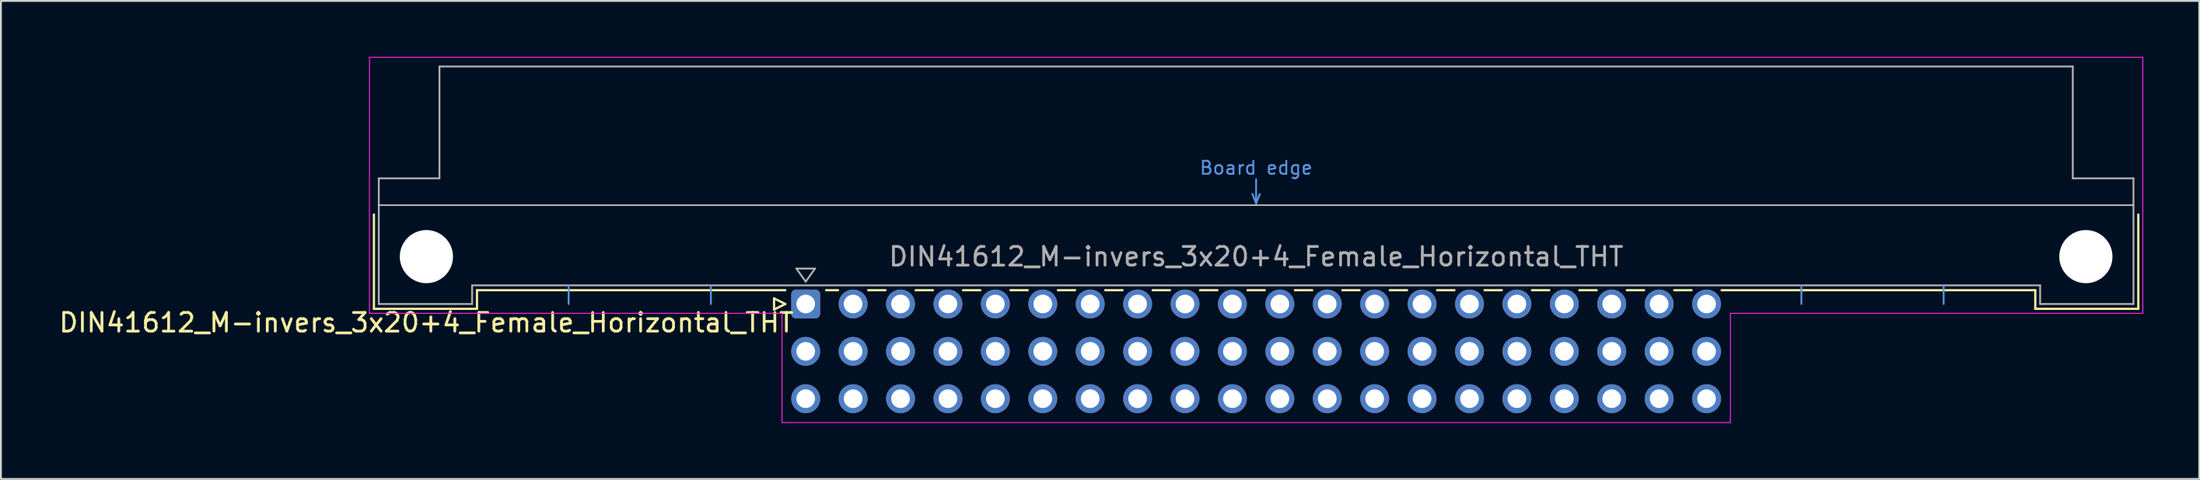
<source format=kicad_pcb>
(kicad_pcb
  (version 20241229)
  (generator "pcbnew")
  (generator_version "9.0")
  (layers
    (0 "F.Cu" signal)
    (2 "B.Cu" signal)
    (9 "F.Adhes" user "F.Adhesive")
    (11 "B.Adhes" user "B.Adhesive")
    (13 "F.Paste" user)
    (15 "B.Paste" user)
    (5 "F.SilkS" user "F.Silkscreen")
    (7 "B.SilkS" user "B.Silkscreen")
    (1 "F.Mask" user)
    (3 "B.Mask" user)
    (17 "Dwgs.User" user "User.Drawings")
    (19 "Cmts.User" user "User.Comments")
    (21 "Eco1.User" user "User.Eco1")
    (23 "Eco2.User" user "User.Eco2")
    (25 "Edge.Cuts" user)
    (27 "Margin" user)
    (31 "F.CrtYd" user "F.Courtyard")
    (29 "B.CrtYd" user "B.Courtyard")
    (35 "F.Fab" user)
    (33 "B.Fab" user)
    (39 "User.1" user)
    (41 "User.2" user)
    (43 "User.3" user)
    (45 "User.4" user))
  (footprint "DIN41612_M-invers_3x20+4_Female_Horizontal_THT"
    (layer "F.Cu")
    (at 24.872 13.255)
    (property "Reference" "DIN41612_M-invers_3x20+4_Female_Horizontal_THT" (at -5.08 1 0) (layer "F.SilkS") (effects (font (size 1 1) (thickness 0.15))))
    (attr through_hole)
    (fp_line (start -7.89 -4.8) (end -7.89 0.26) (stroke (width 0.12) (type solid)) (layer "F.SilkS"))
    (fp_line (start -7.89 0.26) (end -2.37 0.26) (stroke (width 0.12) (type solid)) (layer "F.SilkS"))
    (fp_line (start -2.37 -0.74) (end 14.145 -0.74) (stroke (width 0.12) (type solid)) (layer "F.SilkS"))
    (fp_line (start -2.37 0.26) (end -2.37 -0.74) (stroke (width 0.12) (type solid)) (layer "F.SilkS"))
    (fp_line (start 13.545 -0.3) (end 13.545 0.3) (stroke (width 0.12) (type solid)) (layer "F.SilkS"))
    (fp_line (start 13.545 0.3) (end 14.145 0) (stroke (width 0.12) (type solid)) (layer "F.SilkS"))
    (fp_line (start 14.145 0) (end 13.545 -0.3) (stroke (width 0.12) (type solid)) (layer "F.SilkS"))
    (fp_line (start 16.335 -0.74) (end 16.973 -0.74) (stroke (width 0.12) (type solid)) (layer "F.SilkS"))
    (fp_line (start 18.587 -0.74) (end 19.513 -0.74) (stroke (width 0.12) (type solid)) (layer "F.SilkS"))
    (fp_line (start 21.127 -0.74) (end 22.053 -0.74) (stroke (width 0.12) (type solid)) (layer "F.SilkS"))
    (fp_line (start 23.667 -0.74) (end 24.593 -0.74) (stroke (width 0.12) (type solid)) (layer "F.SilkS"))
    (fp_line (start 26.207 -0.74) (end 27.133 -0.74) (stroke (width 0.12) (type solid)) (layer "F.SilkS"))
    (fp_line (start 28.747 -0.74) (end 29.673 -0.74) (stroke (width 0.12) (type solid)) (layer "F.SilkS"))
    (fp_line (start 31.287 -0.74) (end 32.213 -0.74) (stroke (width 0.12) (type solid)) (layer "F.SilkS"))
    (fp_line (start 33.827 -0.74) (end 34.753 -0.74) (stroke (width 0.12) (type solid)) (layer "F.SilkS"))
    (fp_line (start 36.367 -0.74) (end 37.293 -0.74) (stroke (width 0.12) (type solid)) (layer "F.SilkS"))
    (fp_line (start 38.907 -0.74) (end 39.833 -0.74) (stroke (width 0.12) (type solid)) (layer "F.SilkS"))
    (fp_line (start 41.447 -0.74) (end 42.373 -0.74) (stroke (width 0.12) (type solid)) (layer "F.SilkS"))
    (fp_line (start 43.987 -0.74) (end 44.913 -0.74) (stroke (width 0.12) (type solid)) (layer "F.SilkS"))
    (fp_line (start 46.527 -0.74) (end 47.453 -0.74) (stroke (width 0.12) (type solid)) (layer "F.SilkS"))
    (fp_line (start 49.067 -0.74) (end 49.993 -0.74) (stroke (width 0.12) (type solid)) (layer "F.SilkS"))
    (fp_line (start 51.607 -0.74) (end 52.533 -0.74) (stroke (width 0.12) (type solid)) (layer "F.SilkS"))
    (fp_line (start 54.147 -0.74) (end 55.073 -0.74) (stroke (width 0.12) (type solid)) (layer "F.SilkS"))
    (fp_line (start 56.687 -0.74) (end 57.613 -0.74) (stroke (width 0.12) (type solid)) (layer "F.SilkS"))
    (fp_line (start 59.227 -0.74) (end 60.153 -0.74) (stroke (width 0.12) (type solid)) (layer "F.SilkS"))
    (fp_line (start 61.767 -0.74) (end 62.693 -0.74) (stroke (width 0.12) (type solid)) (layer "F.SilkS"))
    (fp_line (start 64.307 -0.74) (end 81.11 -0.74) (stroke (width 0.12) (type solid)) (layer "F.SilkS"))
    (fp_line (start 81.11 0.26) (end 81.11 -0.74) (stroke (width 0.12) (type solid)) (layer "F.SilkS"))
    (fp_line (start 86.63 -4.8) (end 86.63 0.26) (stroke (width 0.12) (type solid)) (layer "F.SilkS"))
    (fp_line (start 86.63 0.26) (end 81.11 0.26) (stroke (width 0.12) (type solid)) (layer "F.SilkS"))
    (fp_line (start -7.63 -5.3) (end 86.37 -5.3) (stroke (width 0.08) (type solid)) (layer "Dwgs.User"))
    (fp_line (start 2.54 0) (end 2.54 -1) (stroke (width 0.1) (type solid)) (layer "Cmts.User"))
    (fp_line (start 10.16 0) (end 10.16 -1) (stroke (width 0.1) (type solid)) (layer "Cmts.User"))
    (fp_line (start 39.17 -5.9) (end 39.37 -5.4) (stroke (width 0.1) (type solid)) (layer "Cmts.User"))
    (fp_line (start 39.37 -5.4) (end 39.37 -6.7) (stroke (width 0.1) (type solid)) (layer "Cmts.User"))
    (fp_line (start 39.37 -5.4) (end 39.57 -5.9) (stroke (width 0.1) (type solid)) (layer "Cmts.User"))
    (fp_line (start 68.58 0) (end 68.58 -1) (stroke (width 0.1) (type solid)) (layer "Cmts.User"))
    (fp_line (start 76.2 0) (end 76.2 -1) (stroke (width 0.1) (type solid)) (layer "Cmts.User"))
    (fp_line (start -8.13 -13.23) (end -8.13 0.5) (stroke (width 0.05) (type solid)) (layer "F.CrtYd"))
    (fp_line (start -8.13 0.5) (end 13.97 0.5) (stroke (width 0.05) (type solid)) (layer "F.CrtYd"))
    (fp_line (start 13.97 0.5) (end 13.97 6.36) (stroke (width 0.05) (type solid)) (layer "F.CrtYd"))
    (fp_line (start 13.97 6.36) (end 64.78 6.36) (stroke (width 0.05) (type solid)) (layer "F.CrtYd"))
    (fp_line (start 64.78 0.5) (end 86.87 0.5) (stroke (width 0.05) (type solid)) (layer "F.CrtYd"))
    (fp_line (start 64.78 6.36) (end 64.78 0.5) (stroke (width 0.05) (type solid)) (layer "F.CrtYd"))
    (fp_line (start 86.87 -13.23) (end -8.13 -13.23) (stroke (width 0.05) (type solid)) (layer "F.CrtYd"))
    (fp_line (start 86.87 0.5) (end 86.87 -13.23) (stroke (width 0.05) (type solid)) (layer "F.CrtYd"))
    (fp_line (start -7.63 -6.74) (end -7.63 0) (stroke (width 0.1) (type solid)) (layer "F.Fab"))
    (fp_line (start -7.63 0) (end -2.63 0) (stroke (width 0.1) (type solid)) (layer "F.Fab"))
    (fp_line (start -4.38 -12.74) (end -4.38 -6.74) (stroke (width 0.1) (type solid)) (layer "F.Fab"))
    (fp_line (start -4.38 -6.74) (end -7.63 -6.74) (stroke (width 0.1) (type solid)) (layer "F.Fab"))
    (fp_line (start -2.63 -1) (end 81.37 -1) (stroke (width 0.1) (type solid)) (layer "F.Fab"))
    (fp_line (start -2.63 0) (end -2.63 -1) (stroke (width 0.1) (type solid)) (layer "F.Fab"))
    (fp_line (start 14.74 -1.9) (end 15.74 -1.9) (stroke (width 0.1) (type solid)) (layer "F.Fab"))
    (fp_line (start 15.24 -1.2) (end 14.74 -1.9) (stroke (width 0.1) (type solid)) (layer "F.Fab"))
    (fp_line (start 15.74 -1.9) (end 15.24 -1.2) (stroke (width 0.1) (type solid)) (layer "F.Fab"))
    (fp_line (start 81.37 -1) (end 81.37 0) (stroke (width 0.1) (type solid)) (layer "F.Fab"))
    (fp_line (start 81.37 0) (end 86.37 0) (stroke (width 0.1) (type solid)) (layer "F.Fab"))
    (fp_line (start 83.12 -12.74) (end -4.38 -12.74) (stroke (width 0.1) (type solid)) (layer "F.Fab"))
    (fp_line (start 83.12 -6.74) (end 83.12 -12.74) (stroke (width 0.1) (type solid)) (layer "F.Fab"))
    (fp_line (start 86.37 -6.74) (end 83.12 -6.74) (stroke (width 0.1) (type solid)) (layer "F.Fab"))
    (fp_line (start 86.37 0) (end 86.37 -6.74) (stroke (width 0.1) (type solid)) (layer "F.Fab"))
    (fp_text user "Board edge" (at 39.37 -7.3 0) (layer "Cmts.User") (effects (font (size 0.7 0.7) (thickness 0.1))))
    (fp_text user "${REFERENCE}" (at 39.37 -2.54 0) (layer "F.Fab") (effects (font (size 1 1) (thickness 0.15))))
    (pad "" np_thru_hole circle (at -5.08 -2.54) (size 2.85 2.85) (drill 2.85) (layers "*.Cu" "*.Mask"))
    (pad "" np_thru_hole circle (at 83.82 -2.54) (size 2.85 2.85) (drill 2.85) (layers "*.Cu" "*.Mask"))
    (pad "a7" thru_hole roundrect (at 15.24 0) (size 1.55 1.55) (drill 1) (layers "*.Cu" "*.Mask") (roundrect_rratio 0.161))
    (pad "a8" thru_hole circle (at 17.78 0) (size 1.55 1.55) (drill 1) (layers "*.Cu" "*.Mask"))
    (pad "a9" thru_hole circle (at 20.32 0) (size 1.55 1.55) (drill 1) (layers "*.Cu" "*.Mask"))
    (pad "a10" thru_hole circle (at 22.86 0) (size 1.55 1.55) (drill 1) (layers "*.Cu" "*.Mask"))
    (pad "a11" thru_hole circle (at 25.4 0) (size 1.55 1.55) (drill 1) (layers "*.Cu" "*.Mask"))
    (pad "a12" thru_hole circle (at 27.94 0) (size 1.55 1.55) (drill 1) (layers "*.Cu" "*.Mask"))
    (pad "a13" thru_hole circle (at 30.48 0) (size 1.55 1.55) (drill 1) (layers "*.Cu" "*.Mask"))
    (pad "a14" thru_hole circle (at 33.02 0) (size 1.55 1.55) (drill 1) (layers "*.Cu" "*.Mask"))
    (pad "a15" thru_hole circle (at 35.56 0) (size 1.55 1.55) (drill 1) (layers "*.Cu" "*.Mask"))
    (pad "a16" thru_hole circle (at 38.1 0) (size 1.55 1.55) (drill 1) (layers "*.Cu" "*.Mask"))
    (pad "a17" thru_hole circle (at 40.64 0) (size 1.55 1.55) (drill 1) (layers "*.Cu" "*.Mask"))
    (pad "a18" thru_hole circle (at 43.18 0) (size 1.55 1.55) (drill 1) (layers "*.Cu" "*.Mask"))
    (pad "a19" thru_hole circle (at 45.72 0) (size 1.55 1.55) (drill 1) (layers "*.Cu" "*.Mask"))
    (pad "a20" thru_hole circle (at 48.26 0) (size 1.55 1.55) (drill 1) (layers "*.Cu" "*.Mask"))
    (pad "a21" thru_hole circle (at 50.8 0) (size 1.55 1.55) (drill 1) (layers "*.Cu" "*.Mask"))
    (pad "a22" thru_hole circle (at 53.34 0) (size 1.55 1.55) (drill 1) (layers "*.Cu" "*.Mask"))
    (pad "a23" thru_hole circle (at 55.88 0) (size 1.55 1.55) (drill 1) (layers "*.Cu" "*.Mask"))
    (pad "a24" thru_hole circle (at 58.42 0) (size 1.55 1.55) (drill 1) (layers "*.Cu" "*.Mask"))
    (pad "a25" thru_hole circle (at 60.96 0) (size 1.55 1.55) (drill 1) (layers "*.Cu" "*.Mask"))
    (pad "a26" thru_hole circle (at 63.5 0) (size 1.55 1.55) (drill 1) (layers "*.Cu" "*.Mask"))
    (pad "b7" thru_hole circle (at 15.24 2.54) (size 1.55 1.55) (drill 1) (layers "*.Cu" "*.Mask"))
    (pad "b8" thru_hole circle (at 17.78 2.54) (size 1.55 1.55) (drill 1) (layers "*.Cu" "*.Mask"))
    (pad "b9" thru_hole circle (at 20.32 2.54) (size 1.55 1.55) (drill 1) (layers "*.Cu" "*.Mask"))
    (pad "b10" thru_hole circle (at 22.86 2.54) (size 1.55 1.55) (drill 1) (layers "*.Cu" "*.Mask"))
    (pad "b11" thru_hole circle (at 25.4 2.54) (size 1.55 1.55) (drill 1) (layers "*.Cu" "*.Mask"))
    (pad "b12" thru_hole circle (at 27.94 2.54) (size 1.55 1.55) (drill 1) (layers "*.Cu" "*.Mask"))
    (pad "b13" thru_hole circle (at 30.48 2.54) (size 1.55 1.55) (drill 1) (layers "*.Cu" "*.Mask"))
    (pad "b14" thru_hole circle (at 33.02 2.54) (size 1.55 1.55) (drill 1) (layers "*.Cu" "*.Mask"))
    (pad "b15" thru_hole circle (at 35.56 2.54) (size 1.55 1.55) (drill 1) (layers "*.Cu" "*.Mask"))
    (pad "b16" thru_hole circle (at 38.1 2.54) (size 1.55 1.55) (drill 1) (layers "*.Cu" "*.Mask"))
    (pad "b17" thru_hole circle (at 40.64 2.54) (size 1.55 1.55) (drill 1) (layers "*.Cu" "*.Mask"))
    (pad "b18" thru_hole circle (at 43.18 2.54) (size 1.55 1.55) (drill 1) (layers "*.Cu" "*.Mask"))
    (pad "b19" thru_hole circle (at 45.72 2.54) (size 1.55 1.55) (drill 1) (layers "*.Cu" "*.Mask"))
    (pad "b20" thru_hole circle (at 48.26 2.54) (size 1.55 1.55) (drill 1) (layers "*.Cu" "*.Mask"))
    (pad "b21" thru_hole circle (at 50.8 2.54) (size 1.55 1.55) (drill 1) (layers "*.Cu" "*.Mask"))
    (pad "b22" thru_hole circle (at 53.34 2.54) (size 1.55 1.55) (drill 1) (layers "*.Cu" "*.Mask"))
    (pad "b23" thru_hole circle (at 55.88 2.54) (size 1.55 1.55) (drill 1) (layers "*.Cu" "*.Mask"))
    (pad "b24" thru_hole circle (at 58.42 2.54) (size 1.55 1.55) (drill 1) (layers "*.Cu" "*.Mask"))
    (pad "b25" thru_hole circle (at 60.96 2.54) (size 1.55 1.55) (drill 1) (layers "*.Cu" "*.Mask"))
    (pad "b26" thru_hole circle (at 63.5 2.54) (size 1.55 1.55) (drill 1) (layers "*.Cu" "*.Mask"))
    (pad "c7" thru_hole circle (at 15.24 5.08) (size 1.55 1.55) (drill 1) (layers "*.Cu" "*.Mask"))
    (pad "c8" thru_hole circle (at 17.78 5.08) (size 1.55 1.55) (drill 1) (layers "*.Cu" "*.Mask"))
    (pad "c9" thru_hole circle (at 20.32 5.08) (size 1.55 1.55) (drill 1) (layers "*.Cu" "*.Mask"))
    (pad "c10" thru_hole circle (at 22.86 5.08) (size 1.55 1.55) (drill 1) (layers "*.Cu" "*.Mask"))
    (pad "c11" thru_hole circle (at 25.4 5.08) (size 1.55 1.55) (drill 1) (layers "*.Cu" "*.Mask"))
    (pad "c12" thru_hole circle (at 27.94 5.08) (size 1.55 1.55) (drill 1) (layers "*.Cu" "*.Mask"))
    (pad "c13" thru_hole circle (at 30.48 5.08) (size 1.55 1.55) (drill 1) (layers "*.Cu" "*.Mask"))
    (pad "c14" thru_hole circle (at 33.02 5.08) (size 1.55 1.55) (drill 1) (layers "*.Cu" "*.Mask"))
    (pad "c15" thru_hole circle (at 35.56 5.08) (size 1.55 1.55) (drill 1) (layers "*.Cu" "*.Mask"))
    (pad "c16" thru_hole circle (at 38.1 5.08) (size 1.55 1.55) (drill 1) (layers "*.Cu" "*.Mask"))
    (pad "c17" thru_hole circle (at 40.64 5.08) (size 1.55 1.55) (drill 1) (layers "*.Cu" "*.Mask"))
    (pad "c18" thru_hole circle (at 43.18 5.08) (size 1.55 1.55) (drill 1) (layers "*.Cu" "*.Mask"))
    (pad "c19" thru_hole circle (at 45.72 5.08) (size 1.55 1.55) (drill 1) (layers "*.Cu" "*.Mask"))
    (pad "c20" thru_hole circle (at 48.26 5.08) (size 1.55 1.55) (drill 1) (layers "*.Cu" "*.Mask"))
    (pad "c21" thru_hole circle (at 50.8 5.08) (size 1.55 1.55) (drill 1) (layers "*.Cu" "*.Mask"))
    (pad "c22" thru_hole circle (at 53.34 5.08) (size 1.55 1.55) (drill 1) (layers "*.Cu" "*.Mask"))
    (pad "c23" thru_hole circle (at 55.88 5.08) (size 1.55 1.55) (drill 1) (layers "*.Cu" "*.Mask"))
    (pad "c24" thru_hole circle (at 58.42 5.08) (size 1.55 1.55) (drill 1) (layers "*.Cu" "*.Mask"))
    (pad "c25" thru_hole circle (at 60.96 5.08) (size 1.55 1.55) (drill 1) (layers "*.Cu" "*.Mask"))
    (pad "c26" thru_hole circle (at 63.5 5.08) (size 1.55 1.55) (drill 1) (layers "*.Cu" "*.Mask")))
  (gr_rect
    (start -3 -3)
    (end 114.767 22.64)
    (stroke (width 0.1) (type default))
    (fill no)
    (layer "Edge.Cuts")))
</source>
